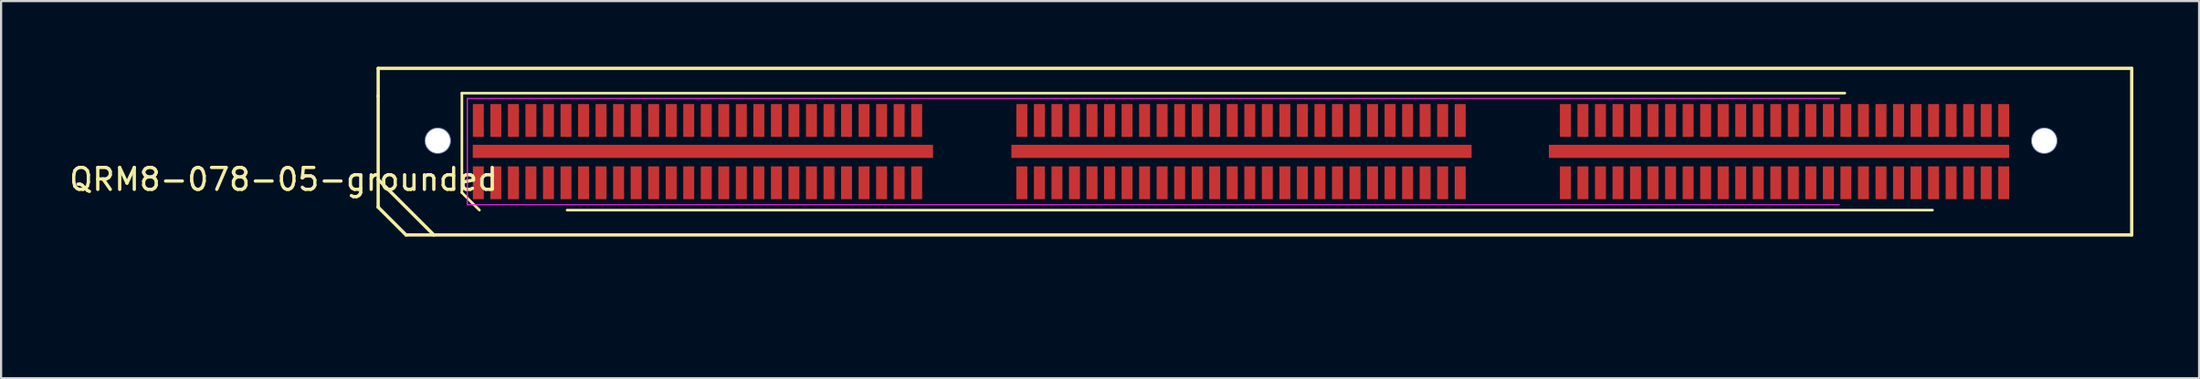
<source format=kicad_pcb>
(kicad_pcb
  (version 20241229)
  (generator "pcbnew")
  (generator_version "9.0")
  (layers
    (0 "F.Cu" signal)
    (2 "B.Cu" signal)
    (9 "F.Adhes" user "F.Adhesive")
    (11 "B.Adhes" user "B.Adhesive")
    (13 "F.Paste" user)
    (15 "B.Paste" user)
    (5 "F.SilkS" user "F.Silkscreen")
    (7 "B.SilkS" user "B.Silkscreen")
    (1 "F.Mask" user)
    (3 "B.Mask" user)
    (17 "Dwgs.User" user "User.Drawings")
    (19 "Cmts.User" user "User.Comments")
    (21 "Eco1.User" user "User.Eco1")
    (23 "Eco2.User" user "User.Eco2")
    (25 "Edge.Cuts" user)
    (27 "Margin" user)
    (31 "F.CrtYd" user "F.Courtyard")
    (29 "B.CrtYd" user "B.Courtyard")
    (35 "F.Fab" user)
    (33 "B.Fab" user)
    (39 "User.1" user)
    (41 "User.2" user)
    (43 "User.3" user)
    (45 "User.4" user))
  (footprint "QRM8-078-05-grounded"
    (layer "F.Cu")
    (at 8.871 10.997)
    (property "Reference" "QRM8-078-05-grounded" (at 1.016 -5.842 180) (layer "F.SilkS") (effects (font (size 1 1) (thickness 0.15))))
    (attr through_hole)
    (fp_line (start 5.334 -10.922) (end 5.334 -9.652) (stroke (width 0.15) (type solid)) (layer "F.SilkS"))
    (fp_line (start 5.334 -9.652) (end 5.334 -4.572) (stroke (width 0.15) (type solid)) (layer "F.SilkS"))
    (fp_line (start 5.334 -5.842) (end 7.874 -3.302) (stroke (width 0.15) (type solid)) (layer "F.SilkS"))
    (fp_line (start 5.334 -4.572) (end 6.604 -3.302) (stroke (width 0.15) (type solid)) (layer "F.SilkS"))
    (fp_line (start 6.604 -3.302) (end 85.344 -3.302) (stroke (width 0.15) (type solid)) (layer "F.SilkS"))
    (fp_line (start 9.154 -9.787) (end 72.254 -9.787) (stroke (width 0.12) (type solid)) (layer "F.SilkS"))
    (fp_line (start 9.154 -5.237) (end 9.154 -9.787) (stroke (width 0.12) (type solid)) (layer "F.SilkS"))
    (fp_line (start 9.954 -4.437) (end 9.154 -5.237) (stroke (width 0.12) (type solid)) (layer "F.SilkS"))
    (fp_line (start 76.254 -4.437) (end 13.954 -4.437) (stroke (width 0.12) (type solid)) (layer "F.SilkS"))
    (fp_line (start 85.344 -10.922) (end 5.334 -10.922) (stroke (width 0.15) (type solid)) (layer "F.SilkS"))
    (fp_line (start 85.344 -3.302) (end 85.344 -10.922) (stroke (width 0.15) (type solid)) (layer "F.SilkS"))
    (fp_line (start 9.404 -9.542) (end 72.004 -9.542) (stroke (width 0.05) (type solid)) (layer "F.CrtYd"))
    (fp_line (start 9.404 -4.682) (end 9.404 -9.542) (stroke (width 0.05) (type solid)) (layer "F.CrtYd"))
    (fp_line (start 72.004 -4.682) (end 9.404 -4.682) (stroke (width 0.05) (type solid)) (layer "F.CrtYd"))
    (pad "" thru_hole circle (at 8.054 -7.612) (size 1.2 1.2) (drill 1.131) (layers "*.Cu" "*.Mask"))
    (pad "" thru_hole circle (at 81.354 -7.612) (size 1.2 1.2) (drill 1.131) (layers "*.Cu" "*.Mask"))
    (pad "1" smd rect (at 9.904 -5.687) (size 0.5 1.5) (layers "F.Cu" "F.Mask" "F.Paste"))
    (pad "2" smd rect (at 9.904 -8.537) (size 0.5 1.5) (layers "F.Cu" "F.Mask" "F.Paste"))
    (pad "3" smd rect (at 10.704 -5.687) (size 0.5 1.5) (layers "F.Cu" "F.Mask" "F.Paste"))
    (pad "4" smd rect (at 10.704 -8.537) (size 0.5 1.5) (layers "F.Cu" "F.Mask" "F.Paste"))
    (pad "5" smd rect (at 11.504 -5.687) (size 0.5 1.5) (layers "F.Cu" "F.Mask" "F.Paste"))
    (pad "6" smd rect (at 11.504 -8.537) (size 0.5 1.5) (layers "F.Cu" "F.Mask" "F.Paste"))
    (pad "7" smd rect (at 12.304 -5.687) (size 0.5 1.5) (layers "F.Cu" "F.Mask" "F.Paste"))
    (pad "8" smd rect (at 12.304 -8.537) (size 0.5 1.5) (layers "F.Cu" "F.Mask" "F.Paste"))
    (pad "9" smd rect (at 13.104 -5.687) (size 0.5 1.5) (layers "F.Cu" "F.Mask" "F.Paste"))
    (pad "10" smd rect (at 13.104 -8.537) (size 0.5 1.5) (layers "F.Cu" "F.Mask" "F.Paste"))
    (pad "11" smd rect (at 13.904 -5.687) (size 0.5 1.5) (layers "F.Cu" "F.Mask" "F.Paste"))
    (pad "12" smd rect (at 13.904 -8.537) (size 0.5 1.5) (layers "F.Cu" "F.Mask" "F.Paste"))
    (pad "13" smd rect (at 14.704 -5.687) (size 0.5 1.5) (layers "F.Cu" "F.Mask" "F.Paste"))
    (pad "14" smd rect (at 14.704 -8.537) (size 0.5 1.5) (layers "F.Cu" "F.Mask" "F.Paste"))
    (pad "15" smd rect (at 15.504 -5.687) (size 0.5 1.5) (layers "F.Cu" "F.Mask" "F.Paste"))
    (pad "16" smd rect (at 15.504 -8.537) (size 0.5 1.5) (layers "F.Cu" "F.Mask" "F.Paste"))
    (pad "17" smd rect (at 16.304 -5.687) (size 0.5 1.5) (layers "F.Cu" "F.Mask" "F.Paste"))
    (pad "18" smd rect (at 16.304 -8.537) (size 0.5 1.5) (layers "F.Cu" "F.Mask" "F.Paste"))
    (pad "19" smd rect (at 17.104 -5.687) (size 0.5 1.5) (layers "F.Cu" "F.Mask" "F.Paste"))
    (pad "20" smd rect (at 17.104 -8.537) (size 0.5 1.5) (layers "F.Cu" "F.Mask" "F.Paste"))
    (pad "21" smd rect (at 17.904 -5.687) (size 0.5 1.5) (layers "F.Cu" "F.Mask" "F.Paste"))
    (pad "22" smd rect (at 17.904 -8.537) (size 0.5 1.5) (layers "F.Cu" "F.Mask" "F.Paste"))
    (pad "23" smd rect (at 18.704 -5.687) (size 0.5 1.5) (layers "F.Cu" "F.Mask" "F.Paste"))
    (pad "24" smd rect (at 18.704 -8.537) (size 0.5 1.5) (layers "F.Cu" "F.Mask" "F.Paste"))
    (pad "25" smd rect (at 19.504 -5.687) (size 0.5 1.5) (layers "F.Cu" "F.Mask" "F.Paste"))
    (pad "26" smd rect (at 19.504 -8.537) (size 0.5 1.5) (layers "F.Cu" "F.Mask" "F.Paste"))
    (pad "27" smd rect (at 20.304 -5.687) (size 0.5 1.5) (layers "F.Cu" "F.Mask" "F.Paste"))
    (pad "28" smd rect (at 20.304 -8.537) (size 0.5 1.5) (layers "F.Cu" "F.Mask" "F.Paste"))
    (pad "29" smd rect (at 21.104 -5.687) (size 0.5 1.5) (layers "F.Cu" "F.Mask" "F.Paste"))
    (pad "30" smd rect (at 21.104 -8.537) (size 0.5 1.5) (layers "F.Cu" "F.Mask" "F.Paste"))
    (pad "31" smd rect (at 21.904 -5.687) (size 0.5 1.5) (layers "F.Cu" "F.Mask" "F.Paste"))
    (pad "32" smd rect (at 21.904 -8.537) (size 0.5 1.5) (layers "F.Cu" "F.Mask" "F.Paste"))
    (pad "33" smd rect (at 22.704 -5.687) (size 0.5 1.5) (layers "F.Cu" "F.Mask" "F.Paste"))
    (pad "34" smd rect (at 22.704 -8.537) (size 0.5 1.5) (layers "F.Cu" "F.Mask" "F.Paste"))
    (pad "35" smd rect (at 23.504 -5.687) (size 0.5 1.5) (layers "F.Cu" "F.Mask" "F.Paste"))
    (pad "36" smd rect (at 23.504 -8.537) (size 0.5 1.5) (layers "F.Cu" "F.Mask" "F.Paste"))
    (pad "37" smd rect (at 24.304 -5.687) (size 0.5 1.5) (layers "F.Cu" "F.Mask" "F.Paste"))
    (pad "38" smd rect (at 24.304 -8.537) (size 0.5 1.5) (layers "F.Cu" "F.Mask" "F.Paste"))
    (pad "39" smd rect (at 25.104 -5.687) (size 0.5 1.5) (layers "F.Cu" "F.Mask" "F.Paste"))
    (pad "40" smd rect (at 25.104 -8.537) (size 0.5 1.5) (layers "F.Cu" "F.Mask" "F.Paste"))
    (pad "41" smd rect (at 25.904 -5.687) (size 0.5 1.5) (layers "F.Cu" "F.Mask" "F.Paste"))
    (pad "42" smd rect (at 25.904 -8.537) (size 0.5 1.5) (layers "F.Cu" "F.Mask" "F.Paste"))
    (pad "43" smd rect (at 26.704 -5.687) (size 0.5 1.5) (layers "F.Cu" "F.Mask" "F.Paste"))
    (pad "44" smd rect (at 26.704 -8.537) (size 0.5 1.5) (layers "F.Cu" "F.Mask" "F.Paste"))
    (pad "45" smd rect (at 27.504 -5.687) (size 0.5 1.5) (layers "F.Cu" "F.Mask" "F.Paste"))
    (pad "46" smd rect (at 27.504 -8.537) (size 0.5 1.5) (layers "F.Cu" "F.Mask" "F.Paste"))
    (pad "47" smd rect (at 28.304 -5.687) (size 0.5 1.5) (layers "F.Cu" "F.Mask" "F.Paste"))
    (pad "48" smd rect (at 28.304 -8.537) (size 0.5 1.5) (layers "F.Cu" "F.Mask" "F.Paste"))
    (pad "49" smd rect (at 29.104 -5.687) (size 0.5 1.5) (layers "F.Cu" "F.Mask" "F.Paste"))
    (pad "50" smd rect (at 29.104 -8.537) (size 0.5 1.5) (layers "F.Cu" "F.Mask" "F.Paste"))
    (pad "51" smd rect (at 29.904 -5.687) (size 0.5 1.5) (layers "F.Cu" "F.Mask" "F.Paste"))
    (pad "52" smd rect (at 29.904 -8.537) (size 0.5 1.5) (layers "F.Cu" "F.Mask" "F.Paste"))
    (pad "53" smd rect (at 34.704 -5.687) (size 0.5 1.5) (layers "F.Cu" "F.Mask" "F.Paste"))
    (pad "54" smd rect (at 34.704 -8.537) (size 0.5 1.5) (layers "F.Cu" "F.Mask" "F.Paste"))
    (pad "55" smd rect (at 35.504 -5.687) (size 0.5 1.5) (layers "F.Cu" "F.Mask" "F.Paste"))
    (pad "56" smd rect (at 35.504 -8.537) (size 0.5 1.5) (layers "F.Cu" "F.Mask" "F.Paste"))
    (pad "57" smd rect (at 36.304 -5.687) (size 0.5 1.5) (layers "F.Cu" "F.Mask" "F.Paste"))
    (pad "58" smd rect (at 36.304 -8.537) (size 0.5 1.5) (layers "F.Cu" "F.Mask" "F.Paste"))
    (pad "59" smd rect (at 37.104 -5.687) (size 0.5 1.5) (layers "F.Cu" "F.Mask" "F.Paste"))
    (pad "60" smd rect (at 37.104 -8.537) (size 0.5 1.5) (layers "F.Cu" "F.Mask" "F.Paste"))
    (pad "61" smd rect (at 37.904 -5.687) (size 0.5 1.5) (layers "F.Cu" "F.Mask" "F.Paste"))
    (pad "62" smd rect (at 37.904 -8.537) (size 0.5 1.5) (layers "F.Cu" "F.Mask" "F.Paste"))
    (pad "63" smd rect (at 38.704 -5.687) (size 0.5 1.5) (layers "F.Cu" "F.Mask" "F.Paste"))
    (pad "64" smd rect (at 38.704 -8.537) (size 0.5 1.5) (layers "F.Cu" "F.Mask" "F.Paste"))
    (pad "65" smd rect (at 39.504 -5.687) (size 0.5 1.5) (layers "F.Cu" "F.Mask" "F.Paste"))
    (pad "66" smd rect (at 39.504 -8.537) (size 0.5 1.5) (layers "F.Cu" "F.Mask" "F.Paste"))
    (pad "67" smd rect (at 40.304 -5.687) (size 0.5 1.5) (layers "F.Cu" "F.Mask" "F.Paste"))
    (pad "68" smd rect (at 40.304 -8.537) (size 0.5 1.5) (layers "F.Cu" "F.Mask" "F.Paste"))
    (pad "69" smd rect (at 41.104 -5.687) (size 0.5 1.5) (layers "F.Cu" "F.Mask" "F.Paste"))
    (pad "70" smd rect (at 41.104 -8.537) (size 0.5 1.5) (layers "F.Cu" "F.Mask" "F.Paste"))
    (pad "71" smd rect (at 41.904 -5.687) (size 0.5 1.5) (layers "F.Cu" "F.Mask" "F.Paste"))
    (pad "72" smd rect (at 41.904 -8.537) (size 0.5 1.5) (layers "F.Cu" "F.Mask" "F.Paste"))
    (pad "73" smd rect (at 42.704 -5.687) (size 0.5 1.5) (layers "F.Cu" "F.Mask" "F.Paste"))
    (pad "74" smd rect (at 42.704 -8.537) (size 0.5 1.5) (layers "F.Cu" "F.Mask" "F.Paste"))
    (pad "75" smd rect (at 43.504 -5.687) (size 0.5 1.5) (layers "F.Cu" "F.Mask" "F.Paste"))
    (pad "76" smd rect (at 43.504 -8.537) (size 0.5 1.5) (layers "F.Cu" "F.Mask" "F.Paste"))
    (pad "77" smd rect (at 44.304 -5.687) (size 0.5 1.5) (layers "F.Cu" "F.Mask" "F.Paste"))
    (pad "78" smd rect (at 44.304 -8.537) (size 0.5 1.5) (layers "F.Cu" "F.Mask" "F.Paste"))
    (pad "79" smd rect (at 45.104 -5.687) (size 0.5 1.5) (layers "F.Cu" "F.Mask" "F.Paste"))
    (pad "80" smd rect (at 45.104 -8.537) (size 0.5 1.5) (layers "F.Cu" "F.Mask" "F.Paste"))
    (pad "81" smd rect (at 45.904 -5.687) (size 0.5 1.5) (layers "F.Cu" "F.Mask" "F.Paste"))
    (pad "82" smd rect (at 45.904 -8.537) (size 0.5 1.5) (layers "F.Cu" "F.Mask" "F.Paste"))
    (pad "83" smd rect (at 46.704 -5.687) (size 0.5 1.5) (layers "F.Cu" "F.Mask" "F.Paste"))
    (pad "84" smd rect (at 46.704 -8.537) (size 0.5 1.5) (layers "F.Cu" "F.Mask" "F.Paste"))
    (pad "85" smd rect (at 47.504 -5.687) (size 0.5 1.5) (layers "F.Cu" "F.Mask" "F.Paste"))
    (pad "86" smd rect (at 47.504 -8.537) (size 0.5 1.5) (layers "F.Cu" "F.Mask" "F.Paste"))
    (pad "87" smd rect (at 48.304 -5.687) (size 0.5 1.5) (layers "F.Cu" "F.Mask" "F.Paste"))
    (pad "88" smd rect (at 48.304 -8.537) (size 0.5 1.5) (layers "F.Cu" "F.Mask" "F.Paste"))
    (pad "89" smd rect (at 49.104 -5.687) (size 0.5 1.5) (layers "F.Cu" "F.Mask" "F.Paste"))
    (pad "90" smd rect (at 49.104 -8.537) (size 0.5 1.5) (layers "F.Cu" "F.Mask" "F.Paste"))
    (pad "91" smd rect (at 49.904 -5.687) (size 0.5 1.5) (layers "F.Cu" "F.Mask" "F.Paste"))
    (pad "92" smd rect (at 49.904 -8.537) (size 0.5 1.5) (layers "F.Cu" "F.Mask" "F.Paste"))
    (pad "93" smd rect (at 50.704 -5.687) (size 0.5 1.5) (layers "F.Cu" "F.Mask" "F.Paste"))
    (pad "94" smd rect (at 50.704 -8.537) (size 0.5 1.5) (layers "F.Cu" "F.Mask" "F.Paste"))
    (pad "95" smd rect (at 51.504 -5.687) (size 0.5 1.5) (layers "F.Cu" "F.Mask" "F.Paste"))
    (pad "96" smd rect (at 51.504 -8.537) (size 0.5 1.5) (layers "F.Cu" "F.Mask" "F.Paste"))
    (pad "97" smd rect (at 52.304 -5.687) (size 0.5 1.5) (layers "F.Cu" "F.Mask" "F.Paste"))
    (pad "98" smd rect (at 52.304 -8.537) (size 0.5 1.5) (layers "F.Cu" "F.Mask" "F.Paste"))
    (pad "99" smd rect (at 53.104 -5.687) (size 0.5 1.5) (layers "F.Cu" "F.Mask" "F.Paste"))
    (pad "100" smd rect (at 53.104 -8.537) (size 0.5 1.5) (layers "F.Cu" "F.Mask" "F.Paste"))
    (pad "101" smd rect (at 53.904 -5.687) (size 0.5 1.5) (layers "F.Cu" "F.Mask" "F.Paste"))
    (pad "102" smd rect (at 53.904 -8.537) (size 0.5 1.5) (layers "F.Cu" "F.Mask" "F.Paste"))
    (pad "103" smd rect (at 54.704 -5.687) (size 0.5 1.5) (layers "F.Cu" "F.Mask" "F.Paste"))
    (pad "104" smd rect (at 54.704 -8.537) (size 0.5 1.5) (layers "F.Cu" "F.Mask" "F.Paste"))
    (pad "105" smd rect (at 59.504 -5.687) (size 0.5 1.5) (layers "F.Cu" "F.Mask" "F.Paste"))
    (pad "106" smd rect (at 59.504 -8.537) (size 0.5 1.5) (layers "F.Cu" "F.Mask" "F.Paste"))
    (pad "107" smd rect (at 60.304 -5.687) (size 0.5 1.5) (layers "F.Cu" "F.Mask" "F.Paste"))
    (pad "108" smd rect (at 60.304 -8.537) (size 0.5 1.5) (layers "F.Cu" "F.Mask" "F.Paste"))
    (pad "109" smd rect (at 61.104 -5.687) (size 0.5 1.5) (layers "F.Cu" "F.Mask" "F.Paste"))
    (pad "110" smd rect (at 61.104 -8.537) (size 0.5 1.5) (layers "F.Cu" "F.Mask" "F.Paste"))
    (pad "111" smd rect (at 61.904 -5.687) (size 0.5 1.5) (layers "F.Cu" "F.Mask" "F.Paste"))
    (pad "112" smd rect (at 61.904 -8.537) (size 0.5 1.5) (layers "F.Cu" "F.Mask" "F.Paste"))
    (pad "113" smd rect (at 62.704 -5.687) (size 0.5 1.5) (layers "F.Cu" "F.Mask" "F.Paste"))
    (pad "114" smd rect (at 62.704 -8.537) (size 0.5 1.5) (layers "F.Cu" "F.Mask" "F.Paste"))
    (pad "115" smd rect (at 63.504 -5.687) (size 0.5 1.5) (layers "F.Cu" "F.Mask" "F.Paste"))
    (pad "116" smd rect (at 63.504 -8.537) (size 0.5 1.5) (layers "F.Cu" "F.Mask" "F.Paste"))
    (pad "117" smd rect (at 64.304 -5.687) (size 0.5 1.5) (layers "F.Cu" "F.Mask" "F.Paste"))
    (pad "118" smd rect (at 64.304 -8.537) (size 0.5 1.5) (layers "F.Cu" "F.Mask" "F.Paste"))
    (pad "119" smd rect (at 65.104 -5.687) (size 0.5 1.5) (layers "F.Cu" "F.Mask" "F.Paste"))
    (pad "120" smd rect (at 65.104 -8.537) (size 0.5 1.5) (layers "F.Cu" "F.Mask" "F.Paste"))
    (pad "121" smd rect (at 65.904 -5.687) (size 0.5 1.5) (layers "F.Cu" "F.Mask" "F.Paste"))
    (pad "122" smd rect (at 65.904 -8.537) (size 0.5 1.5) (layers "F.Cu" "F.Mask" "F.Paste"))
    (pad "123" smd rect (at 66.704 -5.687) (size 0.5 1.5) (layers "F.Cu" "F.Mask" "F.Paste"))
    (pad "124" smd rect (at 66.704 -8.537) (size 0.5 1.5) (layers "F.Cu" "F.Mask" "F.Paste"))
    (pad "125" smd rect (at 67.504 -5.687) (size 0.5 1.5) (layers "F.Cu" "F.Mask" "F.Paste"))
    (pad "126" smd rect (at 67.504 -8.537) (size 0.5 1.5) (layers "F.Cu" "F.Mask" "F.Paste"))
    (pad "127" smd rect (at 68.304 -5.687) (size 0.5 1.5) (layers "F.Cu" "F.Mask" "F.Paste"))
    (pad "128" smd rect (at 68.304 -8.537) (size 0.5 1.5) (layers "F.Cu" "F.Mask" "F.Paste"))
    (pad "129" smd rect (at 69.104 -5.687) (size 0.5 1.5) (layers "F.Cu" "F.Mask" "F.Paste"))
    (pad "130" smd rect (at 69.104 -8.537) (size 0.5 1.5) (layers "F.Cu" "F.Mask" "F.Paste"))
    (pad "131" smd rect (at 69.904 -5.687) (size 0.5 1.5) (layers "F.Cu" "F.Mask" "F.Paste"))
    (pad "132" smd rect (at 69.904 -8.537) (size 0.5 1.5) (layers "F.Cu" "F.Mask" "F.Paste"))
    (pad "133" smd rect (at 70.704 -5.687) (size 0.5 1.5) (layers "F.Cu" "F.Mask" "F.Paste"))
    (pad "134" smd rect (at 70.704 -8.537) (size 0.5 1.5) (layers "F.Cu" "F.Mask" "F.Paste"))
    (pad "135" smd rect (at 71.504 -5.687) (size 0.5 1.5) (layers "F.Cu" "F.Mask" "F.Paste"))
    (pad "136" smd rect (at 71.504 -8.537) (size 0.5 1.5) (layers "F.Cu" "F.Mask" "F.Paste"))
    (pad "137" smd rect (at 72.304 -5.687) (size 0.5 1.5) (layers "F.Cu" "F.Mask" "F.Paste"))
    (pad "138" smd rect (at 72.304 -8.537) (size 0.5 1.5) (layers "F.Cu" "F.Mask" "F.Paste"))
    (pad "139" smd rect (at 73.104 -5.687) (size 0.5 1.5) (layers "F.Cu" "F.Mask" "F.Paste"))
    (pad "140" smd rect (at 73.104 -8.537) (size 0.5 1.5) (layers "F.Cu" "F.Mask" "F.Paste"))
    (pad "141" smd rect (at 73.904 -5.687) (size 0.5 1.5) (layers "F.Cu" "F.Mask" "F.Paste"))
    (pad "142" smd rect (at 73.904 -8.537) (size 0.5 1.5) (layers "F.Cu" "F.Mask" "F.Paste"))
    (pad "143" smd rect (at 74.704 -5.687) (size 0.5 1.5) (layers "F.Cu" "F.Mask" "F.Paste"))
    (pad "144" smd rect (at 74.704 -8.537) (size 0.5 1.5) (layers "F.Cu" "F.Mask" "F.Paste"))
    (pad "145" smd rect (at 75.504 -5.687) (size 0.5 1.5) (layers "F.Cu" "F.Mask" "F.Paste"))
    (pad "146" smd rect (at 75.504 -8.537) (size 0.5 1.5) (layers "F.Cu" "F.Mask" "F.Paste"))
    (pad "147" smd rect (at 76.304 -5.687) (size 0.5 1.5) (layers "F.Cu" "F.Mask" "F.Paste"))
    (pad "148" smd rect (at 76.304 -8.537) (size 0.5 1.5) (layers "F.Cu" "F.Mask" "F.Paste"))
    (pad "149" smd rect (at 77.104 -5.687) (size 0.5 1.5) (layers "F.Cu" "F.Mask" "F.Paste"))
    (pad "150" smd rect (at 77.104 -8.537) (size 0.5 1.5) (layers "F.Cu" "F.Mask" "F.Paste"))
    (pad "151" smd rect (at 77.904 -5.687) (size 0.5 1.5) (layers "F.Cu" "F.Mask" "F.Paste"))
    (pad "152" smd rect (at 77.904 -8.537) (size 0.5 1.5) (layers "F.Cu" "F.Mask" "F.Paste"))
    (pad "153" smd rect (at 78.704 -5.687) (size 0.5 1.5) (layers "F.Cu" "F.Mask" "F.Paste"))
    (pad "154" smd rect (at 78.704 -8.537) (size 0.5 1.5) (layers "F.Cu" "F.Mask" "F.Paste"))
    (pad "155" smd rect (at 79.504 -5.687) (size 0.5 1.5) (layers "F.Cu" "F.Mask" "F.Paste"))
    (pad "156" smd rect (at 79.504 -8.537) (size 0.5 1.5) (layers "F.Cu" "F.Mask" "F.Paste"))
    (pad "157" smd rect (at 20.15 -7.125) (size 21 0.6) (layers "F.Cu" "F.Mask" "F.Paste"))
    (pad "158" smd rect (at 44.725 -7.125) (size 21 0.6) (layers "F.Cu" "F.Mask" "F.Paste"))
    (pad "159" smd rect (at 69.25 -7.125) (size 21 0.6) (layers "F.Cu" "F.Mask" "F.Paste")))
  (gr_rect
    (start -3 -3)
    (end 97.29 14.247)
    (stroke (width 0.1) (type default))
    (fill no)
    (layer "Edge.Cuts")))
</source>
